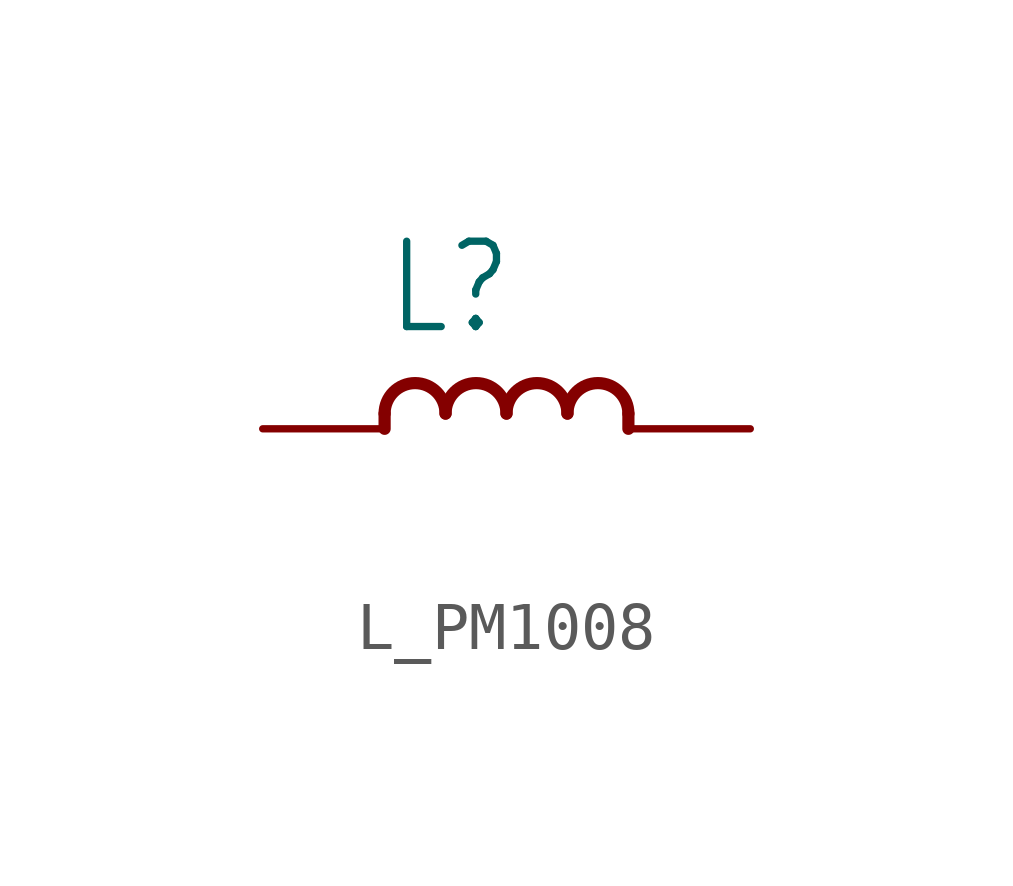
<source format=kicad_sym>
(kicad_symbol_lib
  (version 20220914)
  (generator kicad_symbol_editor)
  (symbol "L_PM1008"
    (property "Reference" "L"
      (at -2.54 1.905 0)
      (effects (font (size 1.778 1.511)) (justify left bottom)))
    (property "Value" ""
      (at -2.54 -2.54 0)
      (effects (font (size 1.778 1.511)) (justify left bottom)))
    (property "ki_locked" ""
      (at 0 0 0)
      (effects (font (size 1.27 1.27))))
    (symbol "L_PM1008_1_0"
      (arc (start -1.27 0.3173) (mid -1.9049 0.9497) (end -2.54 0.3175) (stroke (width 0.254) (type solid)) (fill (type none)))
      (polyline (pts (xy -2.54 0.318) (xy -2.54 0)) (stroke (width 0.254) (type solid)) (fill (type none)))
      (polyline (pts (xy 2.54 0.318) (xy 2.54 0)) (stroke (width 0.254) (type solid)) (fill (type none)))
      (arc (start 0 0.3173) (mid -0.6349 0.9497) (end -1.27 0.3175) (stroke (width 0.254) (type solid)) (fill (type none)))
      (arc (start 1.27 0.3173) (mid 0.6351 0.9497) (end 0 0.3175) (stroke (width 0.254) (type solid)) (fill (type none)))
      (arc (start 2.54 0.3173) (mid 1.9051 0.9497) (end 1.27 0.3175) (stroke (width 0.254) (type solid)) (fill (type none)))
      (pin passive line (at 5.08 0 180) (length 2.54) (name "1" (effects (font (size 0 0)))) (number "1" (effects (font (size 0 0)))))
      (pin passive line (at -5.08 0 0) (length 2.54) (name "2" (effects (font (size 0 0)))) (number "2" (effects (font (size 0 0))))))))
</source>
